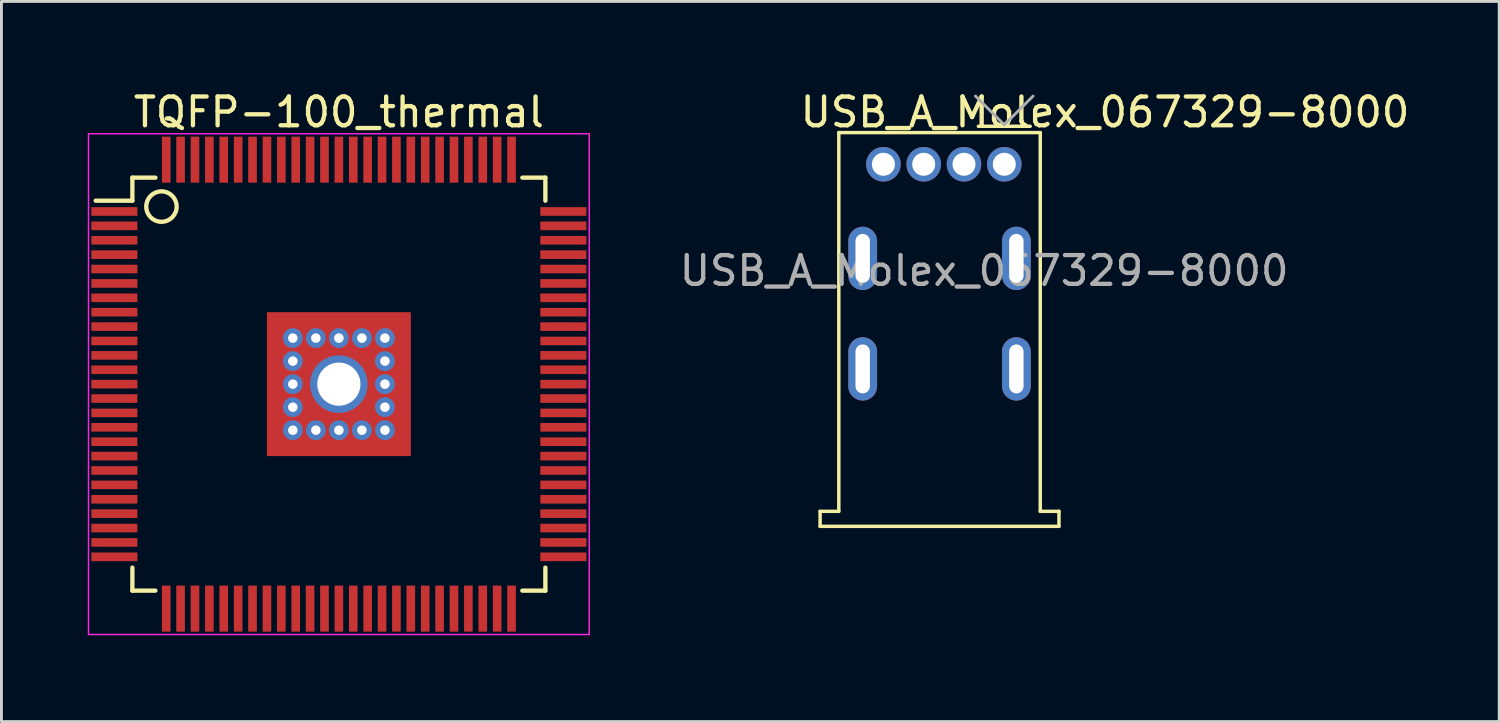
<source format=kicad_pcb>
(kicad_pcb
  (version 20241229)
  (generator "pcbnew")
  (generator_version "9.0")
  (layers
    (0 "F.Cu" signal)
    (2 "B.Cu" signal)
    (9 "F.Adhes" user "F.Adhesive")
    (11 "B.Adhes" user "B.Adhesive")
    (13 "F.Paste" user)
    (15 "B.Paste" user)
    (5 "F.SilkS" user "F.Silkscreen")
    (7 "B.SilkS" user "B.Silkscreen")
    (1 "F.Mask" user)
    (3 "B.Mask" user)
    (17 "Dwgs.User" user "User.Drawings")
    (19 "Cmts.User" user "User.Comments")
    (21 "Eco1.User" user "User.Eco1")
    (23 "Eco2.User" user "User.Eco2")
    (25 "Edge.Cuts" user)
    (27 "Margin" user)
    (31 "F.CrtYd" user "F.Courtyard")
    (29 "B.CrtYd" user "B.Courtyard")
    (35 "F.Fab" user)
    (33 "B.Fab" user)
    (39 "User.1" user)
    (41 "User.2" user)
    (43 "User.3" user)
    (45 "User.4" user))
  (footprint "TQFP-100_thermal"
    (layer "F.Cu")
    (at 8.725 10.298)
    (property "Reference" "TQFP-100_thermal" (at 0 -9.45 0) (layer "F.SilkS") (effects (font (size 1 1) (thickness 0.15))))
    (attr smd)
    (fp_line (start -7.175 -7.175) (end -7.175 -6.375) (stroke (width 0.15) (type solid)) (layer "F.SilkS"))
    (fp_line (start -7.175 -7.175) (end -6.375 -7.175) (stroke (width 0.15) (type solid)) (layer "F.SilkS"))
    (fp_line (start -7.175 -6.375) (end -8.45 -6.375) (stroke (width 0.15) (type solid)) (layer "F.SilkS"))
    (fp_line (start -7.175 7.175) (end -7.175 6.375) (stroke (width 0.15) (type solid)) (layer "F.SilkS"))
    (fp_line (start -7.175 7.175) (end -6.375 7.175) (stroke (width 0.15) (type solid)) (layer "F.SilkS"))
    (fp_line (start 7.175 -7.175) (end 6.375 -7.175) (stroke (width 0.15) (type solid)) (layer "F.SilkS"))
    (fp_line (start 7.175 -7.175) (end 7.175 -6.375) (stroke (width 0.15) (type solid)) (layer "F.SilkS"))
    (fp_line (start 7.175 7.175) (end 6.375 7.175) (stroke (width 0.15) (type solid)) (layer "F.SilkS"))
    (fp_line (start 7.175 7.175) (end 7.175 6.375) (stroke (width 0.15) (type solid)) (layer "F.SilkS"))
    (fp_circle (center -6.165 -6.17) (end -5.822 -5.768) (stroke (width 0.15) (type solid)) (fill no) (layer "F.SilkS"))
    (fp_line (start -8.7 -8.7) (end -8.7 8.7) (stroke (width 0.05) (type solid)) (layer "F.CrtYd"))
    (fp_line (start -8.7 -8.7) (end 8.7 -8.7) (stroke (width 0.05) (type solid)) (layer "F.CrtYd"))
    (fp_line (start -8.7 8.7) (end 8.7 8.7) (stroke (width 0.05) (type solid)) (layer "F.CrtYd"))
    (fp_line (start 8.7 -8.7) (end 8.7 8.7) (stroke (width 0.05) (type solid)) (layer "F.CrtYd"))
    (pad "1" smd rect (at -7.8 -6) (size 1.6 0.3) (layers "F.Cu" "F.Mask" "F.Paste"))
    (pad "2" smd rect (at -7.8 -5.5) (size 1.6 0.3) (layers "F.Cu" "F.Mask" "F.Paste"))
    (pad "3" smd rect (at -7.8 -5) (size 1.6 0.3) (layers "F.Cu" "F.Mask" "F.Paste"))
    (pad "4" smd rect (at -7.8 -4.5) (size 1.6 0.3) (layers "F.Cu" "F.Mask" "F.Paste"))
    (pad "5" smd rect (at -7.8 -4) (size 1.6 0.3) (layers "F.Cu" "F.Mask" "F.Paste"))
    (pad "6" smd rect (at -7.8 -3.5) (size 1.6 0.3) (layers "F.Cu" "F.Mask" "F.Paste"))
    (pad "7" smd rect (at -7.8 -3) (size 1.6 0.3) (layers "F.Cu" "F.Mask" "F.Paste"))
    (pad "8" smd rect (at -7.8 -2.5) (size 1.6 0.3) (layers "F.Cu" "F.Mask" "F.Paste"))
    (pad "9" smd rect (at -7.8 -2) (size 1.6 0.3) (layers "F.Cu" "F.Mask" "F.Paste"))
    (pad "10" smd rect (at -7.8 -1.5) (size 1.6 0.3) (layers "F.Cu" "F.Mask" "F.Paste"))
    (pad "11" smd rect (at -7.8 -1) (size 1.6 0.3) (layers "F.Cu" "F.Mask" "F.Paste"))
    (pad "12" smd rect (at -7.8 -0.5) (size 1.6 0.3) (layers "F.Cu" "F.Mask" "F.Paste"))
    (pad "13" smd rect (at -7.8 0) (size 1.6 0.3) (layers "F.Cu" "F.Mask" "F.Paste"))
    (pad "14" smd rect (at -7.8 0.5) (size 1.6 0.3) (layers "F.Cu" "F.Mask" "F.Paste"))
    (pad "15" smd rect (at -7.8 1) (size 1.6 0.3) (layers "F.Cu" "F.Mask" "F.Paste"))
    (pad "16" smd rect (at -7.8 1.5) (size 1.6 0.3) (layers "F.Cu" "F.Mask" "F.Paste"))
    (pad "17" smd rect (at -7.8 2) (size 1.6 0.3) (layers "F.Cu" "F.Mask" "F.Paste"))
    (pad "18" smd rect (at -7.8 2.5) (size 1.6 0.3) (layers "F.Cu" "F.Mask" "F.Paste"))
    (pad "19" smd rect (at -7.8 3) (size 1.6 0.3) (layers "F.Cu" "F.Mask" "F.Paste"))
    (pad "20" smd rect (at -7.8 3.5) (size 1.6 0.3) (layers "F.Cu" "F.Mask" "F.Paste"))
    (pad "21" smd rect (at -7.8 4) (size 1.6 0.3) (layers "F.Cu" "F.Mask" "F.Paste"))
    (pad "22" smd rect (at -7.8 4.5) (size 1.6 0.3) (layers "F.Cu" "F.Mask" "F.Paste"))
    (pad "23" smd rect (at -7.8 5) (size 1.6 0.3) (layers "F.Cu" "F.Mask" "F.Paste"))
    (pad "24" smd rect (at -7.8 5.5) (size 1.6 0.3) (layers "F.Cu" "F.Mask" "F.Paste"))
    (pad "25" smd rect (at -7.8 6) (size 1.6 0.3) (layers "F.Cu" "F.Mask" "F.Paste"))
    (pad "26" smd rect (at -6 7.8 90) (size 1.6 0.3) (layers "F.Cu" "F.Mask" "F.Paste"))
    (pad "27" smd rect (at -5.5 7.8 90) (size 1.6 0.3) (layers "F.Cu" "F.Mask" "F.Paste"))
    (pad "28" smd rect (at -5 7.8 90) (size 1.6 0.3) (layers "F.Cu" "F.Mask" "F.Paste"))
    (pad "29" smd rect (at -4.5 7.8 90) (size 1.6 0.3) (layers "F.Cu" "F.Mask" "F.Paste"))
    (pad "30" smd rect (at -4 7.8 90) (size 1.6 0.3) (layers "F.Cu" "F.Mask" "F.Paste"))
    (pad "31" smd rect (at -3.5 7.8 90) (size 1.6 0.3) (layers "F.Cu" "F.Mask" "F.Paste"))
    (pad "32" smd rect (at -3 7.8 90) (size 1.6 0.3) (layers "F.Cu" "F.Mask" "F.Paste"))
    (pad "33" smd rect (at -2.5 7.8 90) (size 1.6 0.3) (layers "F.Cu" "F.Mask" "F.Paste"))
    (pad "34" smd rect (at -2 7.8 90) (size 1.6 0.3) (layers "F.Cu" "F.Mask" "F.Paste"))
    (pad "35" smd rect (at -1.5 7.8 90) (size 1.6 0.3) (layers "F.Cu" "F.Mask" "F.Paste"))
    (pad "36" smd rect (at -1 7.8 90) (size 1.6 0.3) (layers "F.Cu" "F.Mask" "F.Paste"))
    (pad "37" smd rect (at -0.5 7.8 90) (size 1.6 0.3) (layers "F.Cu" "F.Mask" "F.Paste"))
    (pad "38" smd rect (at 0 7.8 90) (size 1.6 0.3) (layers "F.Cu" "F.Mask" "F.Paste"))
    (pad "39" smd rect (at 0.5 7.8 90) (size 1.6 0.3) (layers "F.Cu" "F.Mask" "F.Paste"))
    (pad "40" smd rect (at 1 7.8 90) (size 1.6 0.3) (layers "F.Cu" "F.Mask" "F.Paste"))
    (pad "41" smd rect (at 1.5 7.8 90) (size 1.6 0.3) (layers "F.Cu" "F.Mask" "F.Paste"))
    (pad "42" smd rect (at 2 7.8 90) (size 1.6 0.3) (layers "F.Cu" "F.Mask" "F.Paste"))
    (pad "43" smd rect (at 2.5 7.8 90) (size 1.6 0.3) (layers "F.Cu" "F.Mask" "F.Paste"))
    (pad "44" smd rect (at 3 7.8 90) (size 1.6 0.3) (layers "F.Cu" "F.Mask" "F.Paste"))
    (pad "45" smd rect (at 3.5 7.8 90) (size 1.6 0.3) (layers "F.Cu" "F.Mask" "F.Paste"))
    (pad "46" smd rect (at 4 7.8 90) (size 1.6 0.3) (layers "F.Cu" "F.Mask" "F.Paste"))
    (pad "47" smd rect (at 4.5 7.8 90) (size 1.6 0.3) (layers "F.Cu" "F.Mask" "F.Paste"))
    (pad "48" smd rect (at 5 7.8 90) (size 1.6 0.3) (layers "F.Cu" "F.Mask" "F.Paste"))
    (pad "49" smd rect (at 5.5 7.8 90) (size 1.6 0.3) (layers "F.Cu" "F.Mask" "F.Paste"))
    (pad "50" smd rect (at 6 7.8 90) (size 1.6 0.3) (layers "F.Cu" "F.Mask" "F.Paste"))
    (pad "51" smd rect (at 7.8 6) (size 1.6 0.3) (layers "F.Cu" "F.Mask" "F.Paste"))
    (pad "52" smd rect (at 7.8 5.5) (size 1.6 0.3) (layers "F.Cu" "F.Mask" "F.Paste"))
    (pad "53" smd rect (at 7.8 5) (size 1.6 0.3) (layers "F.Cu" "F.Mask" "F.Paste"))
    (pad "54" smd rect (at 7.8 4.5) (size 1.6 0.3) (layers "F.Cu" "F.Mask" "F.Paste"))
    (pad "55" smd rect (at 7.8 4) (size 1.6 0.3) (layers "F.Cu" "F.Mask" "F.Paste"))
    (pad "56" smd rect (at 7.8 3.5) (size 1.6 0.3) (layers "F.Cu" "F.Mask" "F.Paste"))
    (pad "57" smd rect (at 7.8 3) (size 1.6 0.3) (layers "F.Cu" "F.Mask" "F.Paste"))
    (pad "58" smd rect (at 7.8 2.5) (size 1.6 0.3) (layers "F.Cu" "F.Mask" "F.Paste"))
    (pad "59" smd rect (at 7.8 2) (size 1.6 0.3) (layers "F.Cu" "F.Mask" "F.Paste"))
    (pad "60" smd rect (at 7.8 1.5) (size 1.6 0.3) (layers "F.Cu" "F.Mask" "F.Paste"))
    (pad "61" smd rect (at 7.8 1) (size 1.6 0.3) (layers "F.Cu" "F.Mask" "F.Paste"))
    (pad "62" smd rect (at 7.8 0.5) (size 1.6 0.3) (layers "F.Cu" "F.Mask" "F.Paste"))
    (pad "63" smd rect (at 7.8 0) (size 1.6 0.3) (layers "F.Cu" "F.Mask" "F.Paste"))
    (pad "64" smd rect (at 7.8 -0.5) (size 1.6 0.3) (layers "F.Cu" "F.Mask" "F.Paste"))
    (pad "65" smd rect (at 7.8 -1) (size 1.6 0.3) (layers "F.Cu" "F.Mask" "F.Paste"))
    (pad "66" smd rect (at 7.8 -1.5) (size 1.6 0.3) (layers "F.Cu" "F.Mask" "F.Paste"))
    (pad "67" smd rect (at 7.8 -2) (size 1.6 0.3) (layers "F.Cu" "F.Mask" "F.Paste"))
    (pad "68" smd rect (at 7.8 -2.5) (size 1.6 0.3) (layers "F.Cu" "F.Mask" "F.Paste"))
    (pad "69" smd rect (at 7.8 -3) (size 1.6 0.3) (layers "F.Cu" "F.Mask" "F.Paste"))
    (pad "70" smd rect (at 7.8 -3.5) (size 1.6 0.3) (layers "F.Cu" "F.Mask" "F.Paste"))
    (pad "71" smd rect (at 7.8 -4) (size 1.6 0.3) (layers "F.Cu" "F.Mask" "F.Paste"))
    (pad "72" smd rect (at 7.8 -4.5) (size 1.6 0.3) (layers "F.Cu" "F.Mask" "F.Paste"))
    (pad "73" smd rect (at 7.8 -5) (size 1.6 0.3) (layers "F.Cu" "F.Mask" "F.Paste"))
    (pad "74" smd rect (at 7.8 -5.5) (size 1.6 0.3) (layers "F.Cu" "F.Mask" "F.Paste"))
    (pad "75" smd rect (at 7.8 -6) (size 1.6 0.3) (layers "F.Cu" "F.Mask" "F.Paste"))
    (pad "76" smd rect (at 6 -7.8 90) (size 1.6 0.3) (layers "F.Cu" "F.Mask" "F.Paste"))
    (pad "77" smd rect (at 5.5 -7.8 90) (size 1.6 0.3) (layers "F.Cu" "F.Mask" "F.Paste"))
    (pad "78" smd rect (at 5 -7.8 90) (size 1.6 0.3) (layers "F.Cu" "F.Mask" "F.Paste"))
    (pad "79" smd rect (at 4.5 -7.8 90) (size 1.6 0.3) (layers "F.Cu" "F.Mask" "F.Paste"))
    (pad "80" smd rect (at 4 -7.8 90) (size 1.6 0.3) (layers "F.Cu" "F.Mask" "F.Paste"))
    (pad "81" smd rect (at 3.5 -7.8 90) (size 1.6 0.3) (layers "F.Cu" "F.Mask" "F.Paste"))
    (pad "82" smd rect (at 3 -7.8 90) (size 1.6 0.3) (layers "F.Cu" "F.Mask" "F.Paste"))
    (pad "83" smd rect (at 2.5 -7.8 90) (size 1.6 0.3) (layers "F.Cu" "F.Mask" "F.Paste"))
    (pad "84" smd rect (at 2 -7.8 90) (size 1.6 0.3) (layers "F.Cu" "F.Mask" "F.Paste"))
    (pad "85" smd rect (at 1.5 -7.8 90) (size 1.6 0.3) (layers "F.Cu" "F.Mask" "F.Paste"))
    (pad "86" smd rect (at 1 -7.8 90) (size 1.6 0.3) (layers "F.Cu" "F.Mask" "F.Paste"))
    (pad "87" smd rect (at 0.5 -7.8 90) (size 1.6 0.3) (layers "F.Cu" "F.Mask" "F.Paste"))
    (pad "88" smd rect (at 0 -7.8 90) (size 1.6 0.3) (layers "F.Cu" "F.Mask" "F.Paste"))
    (pad "89" smd rect (at -0.5 -7.8 90) (size 1.6 0.3) (layers "F.Cu" "F.Mask" "F.Paste"))
    (pad "90" smd rect (at -1 -7.8 90) (size 1.6 0.3) (layers "F.Cu" "F.Mask" "F.Paste"))
    (pad "91" smd rect (at -1.5 -7.8 90) (size 1.6 0.3) (layers "F.Cu" "F.Mask" "F.Paste"))
    (pad "92" smd rect (at -2 -7.8 90) (size 1.6 0.3) (layers "F.Cu" "F.Mask" "F.Paste"))
    (pad "93" smd rect (at -2.5 -7.8 90) (size 1.6 0.3) (layers "F.Cu" "F.Mask" "F.Paste"))
    (pad "94" smd rect (at -3 -7.8 90) (size 1.6 0.3) (layers "F.Cu" "F.Mask" "F.Paste"))
    (pad "95" smd rect (at -3.5 -7.8 90) (size 1.6 0.3) (layers "F.Cu" "F.Mask" "F.Paste"))
    (pad "96" smd rect (at -4 -7.8 90) (size 1.6 0.3) (layers "F.Cu" "F.Mask" "F.Paste"))
    (pad "97" smd rect (at -4.5 -7.8 90) (size 1.6 0.3) (layers "F.Cu" "F.Mask" "F.Paste"))
    (pad "98" smd rect (at -5 -7.8 90) (size 1.6 0.3) (layers "F.Cu" "F.Mask" "F.Paste"))
    (pad "99" smd rect (at -5.5 -7.8 90) (size 1.6 0.3) (layers "F.Cu" "F.Mask" "F.Paste"))
    (pad "100" smd rect (at -6 -7.8 90) (size 1.6 0.3) (layers "F.Cu" "F.Mask" "F.Paste"))
    (pad "EP" thru_hole circle (at -1.6 -1.6) (size 0.69 0.69) (drill 0.33) (layers "*.Cu" "*.Mask"))
    (pad "EP" thru_hole circle (at -1.6 -0.8) (size 0.69 0.69) (drill 0.33) (layers "*.Cu" "*.Mask"))
    (pad "EP" thru_hole circle (at -1.6 0) (size 0.69 0.69) (drill 0.33) (layers "*.Cu" "*.Mask"))
    (pad "EP" thru_hole circle (at -1.6 0.8) (size 0.69 0.69) (drill 0.33) (layers "*.Cu" "*.Mask"))
    (pad "EP" thru_hole circle (at -1.6 1.6) (size 0.69 0.69) (drill 0.33) (layers "*.Cu" "*.Mask"))
    (pad "EP" thru_hole circle (at -0.8 -1.6) (size 0.69 0.69) (drill 0.33) (layers "*.Cu" "*.Mask"))
    (pad "EP" thru_hole circle (at -0.8 1.6) (size 0.69 0.69) (drill 0.33) (layers "*.Cu" "*.Mask"))
    (pad "EP" thru_hole circle (at 0 -1.6) (size 0.69 0.69) (drill 0.33) (layers "*.Cu" "*.Mask"))
    (pad "EP" thru_hole circle (at 0 0) (size 2 2) (drill 1.5) (layers "*.Cu" "*.Mask"))
    (pad "EP" smd rect (at 0 0) (size 5 5) (layers "F.Cu" "F.Mask" "F.Paste"))
    (pad "EP" thru_hole circle (at 0 1.6) (size 0.69 0.69) (drill 0.33) (layers "*.Cu" "*.Mask"))
    (pad "EP" thru_hole circle (at 0.8 -1.6) (size 0.69 0.69) (drill 0.33) (layers "*.Cu" "*.Mask"))
    (pad "EP" thru_hole circle (at 0.8 1.6) (size 0.69 0.69) (drill 0.33) (layers "*.Cu" "*.Mask"))
    (pad "EP" thru_hole circle (at 1.6 -1.6) (size 0.69 0.69) (drill 0.33) (layers "*.Cu" "*.Mask"))
    (pad "EP" thru_hole circle (at 1.6 -0.8) (size 0.69 0.69) (drill 0.33) (layers "*.Cu" "*.Mask"))
    (pad "EP" thru_hole circle (at 1.6 0) (size 0.69 0.69) (drill 0.33) (layers "*.Cu" "*.Mask"))
    (pad "EP" thru_hole circle (at 1.6 0.8) (size 0.69 0.69) (drill 0.33) (layers "*.Cu" "*.Mask"))
    (pad "EP" thru_hole circle (at 1.6 1.6) (size 0.69 0.69) (drill 0.33) (layers "*.Cu" "*.Mask")))
  (footprint "USB_A_Molex_067329-8000"
    (layer "F.Cu")
    (at 29.746 2.658)
    (property "Reference" "USB_A_Molex_067329-8000" (at 5.6 -1.81 0) (layer "F.SilkS") (effects (font (size 1 1) (thickness 0.15))))
    (attr through_hole)
    (fp_line (start -4.3 12.06) (end -4.3 12.58) (stroke (width 0.12) (type solid)) (layer "F.SilkS"))
    (fp_line (start -4.3 12.58) (end 4 12.58) (stroke (width 0.12) (type solid)) (layer "F.SilkS"))
    (fp_line (start -3.65 -1.1) (end 3.35 -1.1) (stroke (width 0.12) (type solid)) (layer "F.SilkS"))
    (fp_line (start -3.65 12.06) (end -4.3 12.06) (stroke (width 0.12) (type solid)) (layer "F.SilkS"))
    (fp_line (start -3.65 12.06) (end -3.65 -1.1) (stroke (width 0.12) (type solid)) (layer "F.SilkS"))
    (fp_line (start 1.2 -1.32) (end 3 -1.32) (stroke (width 0.12) (type solid)) (layer "F.SilkS"))
    (fp_line (start 3.35 -1.1) (end 3.35 12.06) (stroke (width 0.12) (type solid)) (layer "F.SilkS"))
    (fp_line (start 4 12.06) (end 3.35 12.06) (stroke (width 0.12) (type solid)) (layer "F.SilkS"))
    (fp_line (start 4 12.58) (end 4 12.06) (stroke (width 0.12) (type solid)) (layer "F.SilkS"))
    (fp_line (start 1.1 -2.37) (end 2.1 -1.37) (stroke (width 0.1) (type solid)) (layer "F.Fab"))
    (fp_line (start 2.1 -1.37) (end 3.1 -2.37) (stroke (width 0.1) (type solid)) (layer "F.Fab"))
    (fp_text user "${REFERENCE}" (at 1.4 3.7 0) (layer "F.Fab") (effects (font (size 1 1) (thickness 0.15))))
    (pad "1" thru_hole circle (at 2.1 0) (size 1.2 1.2) (drill 0.8) (layers "*.Cu" "*.Mask"))
    (pad "2" thru_hole circle (at 0.7 0) (size 1.2 1.2) (drill 0.8) (layers "*.Cu" "*.Mask"))
    (pad "3" thru_hole circle (at -0.7 0) (size 1.2 1.2) (drill 0.8) (layers "*.Cu" "*.Mask"))
    (pad "4" thru_hole circle (at -2.1 0) (size 1.2 1.2) (drill 0.8) (layers "*.Cu" "*.Mask"))
    (pad "5" thru_hole oval (at -2.82 3.27) (size 1 2.2) (drill oval 0.5 1.7) (layers "*.Cu" "*.Mask"))
    (pad "5" thru_hole oval (at -2.82 7.11) (size 1 2.2) (drill oval 0.5 1.7) (layers "*.Cu" "*.Mask"))
    (pad "5" thru_hole oval (at 2.52 3.27) (size 1 2.2) (drill oval 0.5 1.7) (layers "*.Cu" "*.Mask"))
    (pad "5" thru_hole oval (at 2.52 7.11) (size 1 2.2) (drill oval 0.5 1.7) (layers "*.Cu" "*.Mask")))
  (gr_rect
    (start -3 -3)
    (end 49.043 22.023)
    (stroke (width 0.1) (type default))
    (fill no)
    (layer "Edge.Cuts")))
</source>
